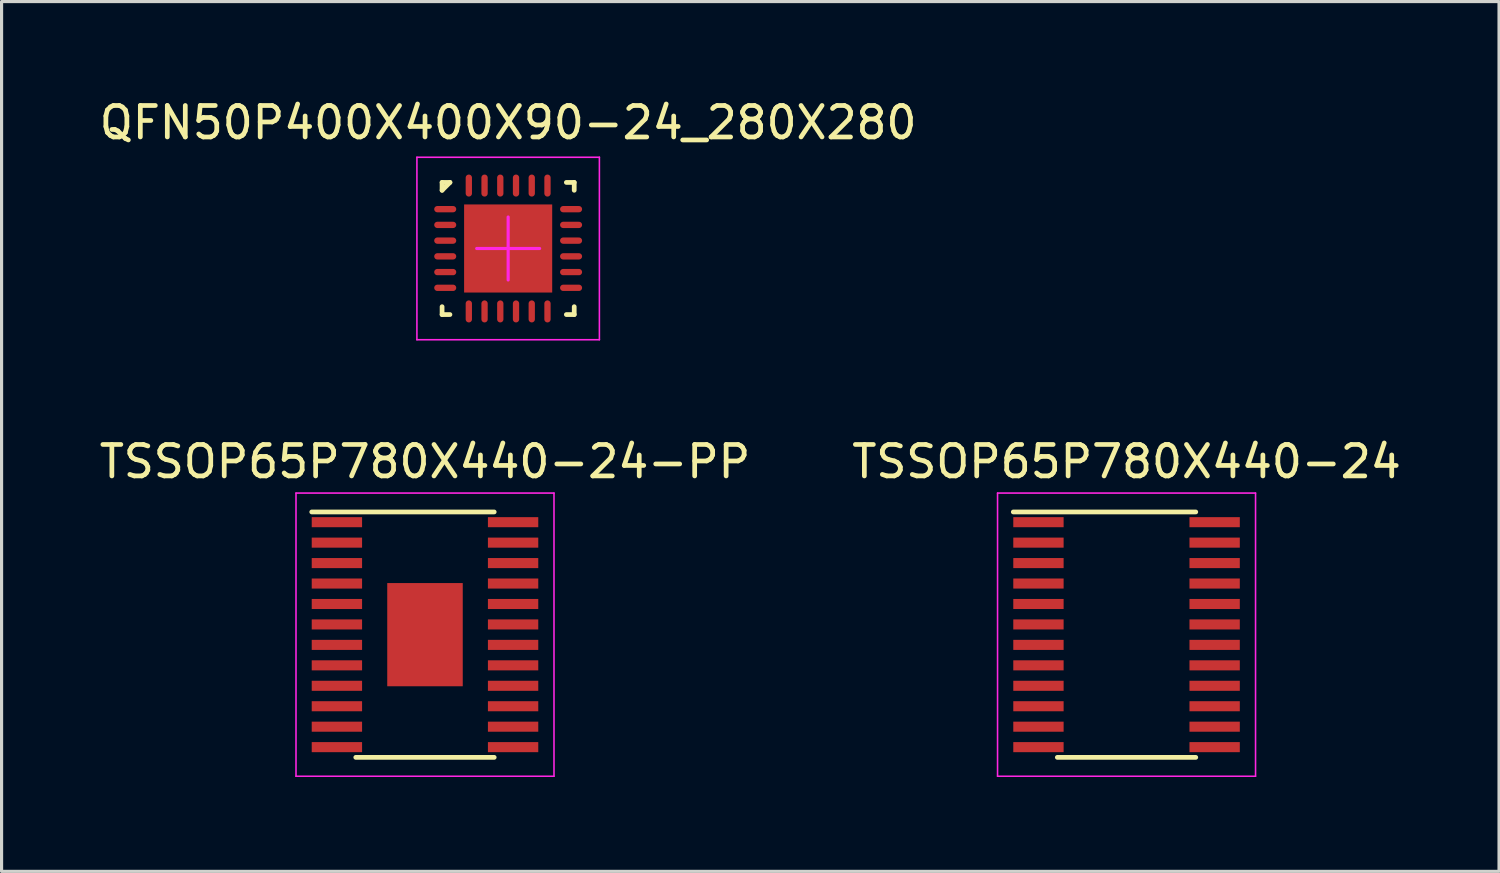
<source format=kicad_pcb>
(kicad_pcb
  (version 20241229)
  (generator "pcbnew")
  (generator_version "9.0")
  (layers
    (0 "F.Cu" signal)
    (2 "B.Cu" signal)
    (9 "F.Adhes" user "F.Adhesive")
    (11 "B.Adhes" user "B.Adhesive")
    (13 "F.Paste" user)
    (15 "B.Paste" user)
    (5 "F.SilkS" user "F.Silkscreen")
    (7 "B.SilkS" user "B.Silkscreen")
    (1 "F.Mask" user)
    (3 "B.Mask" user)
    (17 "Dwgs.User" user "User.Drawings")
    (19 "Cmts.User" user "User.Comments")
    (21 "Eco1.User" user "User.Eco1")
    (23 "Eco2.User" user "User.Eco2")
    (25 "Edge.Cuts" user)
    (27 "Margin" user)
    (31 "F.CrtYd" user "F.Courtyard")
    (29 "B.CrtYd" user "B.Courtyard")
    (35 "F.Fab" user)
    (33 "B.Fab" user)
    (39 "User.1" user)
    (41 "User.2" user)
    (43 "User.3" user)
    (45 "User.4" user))
  (footprint "TSSOP65P780X440-24"
    (layer "F.Cu")
    (at 32.756 17.122)
    (property "Reference" "TSSOP65P780X440-24" (at 0 -5.5 0) (layer "F.SilkS") (effects (font (size 1 1) (thickness 0.15))))
    (attr through_hole)
    (fp_line (start -3.6 -3.9) (end 2.2 -3.9) (stroke (width 0.15) (type solid)) (layer "F.SilkS"))
    (fp_line (start 2.2 3.9) (end -2.2 3.9) (stroke (width 0.15) (type solid)) (layer "F.SilkS"))
    (fp_line (start -4.1 -4.5) (end 4.1 -4.5) (stroke (width 0.05) (type solid)) (layer "F.CrtYd"))
    (fp_line (start -4.1 4.5) (end -4.1 -4.5) (stroke (width 0.05) (type solid)) (layer "F.CrtYd"))
    (fp_line (start 4.1 -4.5) (end 4.1 4.5) (stroke (width 0.05) (type solid)) (layer "F.CrtYd"))
    (fp_line (start 4.1 4.5) (end -4.1 4.5) (stroke (width 0.05) (type solid)) (layer "F.CrtYd"))
    (pad "1" smd rect (at -2.8 -3.575) (size 1.6 0.32) (layers "F.Cu" "F.Mask" "F.Paste"))
    (pad "2" smd rect (at -2.8 -2.925) (size 1.6 0.32) (layers "F.Cu" "F.Mask" "F.Paste"))
    (pad "3" smd rect (at -2.8 -2.275) (size 1.6 0.32) (layers "F.Cu" "F.Mask" "F.Paste"))
    (pad "4" smd rect (at -2.8 -1.625) (size 1.6 0.32) (layers "F.Cu" "F.Mask" "F.Paste"))
    (pad "5" smd rect (at -2.8 -0.975) (size 1.6 0.32) (layers "F.Cu" "F.Mask" "F.Paste"))
    (pad "6" smd rect (at -2.8 -0.325) (size 1.6 0.32) (layers "F.Cu" "F.Mask" "F.Paste"))
    (pad "7" smd rect (at -2.8 0.325) (size 1.6 0.32) (layers "F.Cu" "F.Mask" "F.Paste"))
    (pad "8" smd rect (at -2.8 0.975) (size 1.6 0.32) (layers "F.Cu" "F.Mask" "F.Paste"))
    (pad "9" smd rect (at -2.8 1.625) (size 1.6 0.32) (layers "F.Cu" "F.Mask" "F.Paste"))
    (pad "10" smd rect (at -2.8 2.275) (size 1.6 0.32) (layers "F.Cu" "F.Mask" "F.Paste"))
    (pad "11" smd rect (at -2.8 2.925) (size 1.6 0.32) (layers "F.Cu" "F.Mask" "F.Paste"))
    (pad "12" smd rect (at -2.8 3.575) (size 1.6 0.32) (layers "F.Cu" "F.Mask" "F.Paste"))
    (pad "13" smd rect (at 2.8 3.575) (size 1.6 0.32) (layers "F.Cu" "F.Mask" "F.Paste"))
    (pad "14" smd rect (at 2.8 2.925) (size 1.6 0.32) (layers "F.Cu" "F.Mask" "F.Paste"))
    (pad "15" smd rect (at 2.8 2.275) (size 1.6 0.32) (layers "F.Cu" "F.Mask" "F.Paste"))
    (pad "16" smd rect (at 2.8 1.625) (size 1.6 0.32) (layers "F.Cu" "F.Mask" "F.Paste"))
    (pad "17" smd rect (at 2.8 0.975) (size 1.6 0.32) (layers "F.Cu" "F.Mask" "F.Paste"))
    (pad "18" smd rect (at 2.8 0.325) (size 1.6 0.32) (layers "F.Cu" "F.Mask" "F.Paste"))
    (pad "19" smd rect (at 2.8 -0.325) (size 1.6 0.32) (layers "F.Cu" "F.Mask" "F.Paste"))
    (pad "20" smd rect (at 2.8 -0.975) (size 1.6 0.32) (layers "F.Cu" "F.Mask" "F.Paste"))
    (pad "21" smd rect (at 2.8 -1.625) (size 1.6 0.32) (layers "F.Cu" "F.Mask" "F.Paste"))
    (pad "22" smd rect (at 2.8 -2.275) (size 1.6 0.32) (layers "F.Cu" "F.Mask" "F.Paste"))
    (pad "23" smd rect (at 2.8 -2.925) (size 1.6 0.32) (layers "F.Cu" "F.Mask" "F.Paste"))
    (pad "24" smd rect (at 2.8 -3.575) (size 1.6 0.32) (layers "F.Cu" "F.Mask" "F.Paste")))
  (footprint "QFN50P400X400X90-24_280X280"
    (layer "F.Cu")
    (at 13.101 4.848)
    (property "Reference" "QFN50P400X400X90-24_280X280" (at 0 -4 0) (layer "F.SilkS") (effects (font (size 1 1) (thickness 0.15))))
    (attr through_hole)
    (fp_line (start -2.1 -2.1) (end -1.85 -2.1) (stroke (width 0.15) (type solid)) (layer "F.SilkS"))
    (fp_line (start -2.1 -1.85) (end -2.1 -2.1) (stroke (width 0.15) (type solid)) (layer "F.SilkS"))
    (fp_line (start -2.1 -1.85) (end -1.85 -2.1) (stroke (width 0.15) (type solid)) (layer "F.SilkS"))
    (fp_line (start -2.1 2.1) (end -2.1 1.85) (stroke (width 0.15) (type solid)) (layer "F.SilkS"))
    (fp_line (start -1.85 2.1) (end -2.1 2.1) (stroke (width 0.15) (type solid)) (layer "F.SilkS"))
    (fp_line (start 1.85 -2.1) (end 2.1 -2.1) (stroke (width 0.15) (type solid)) (layer "F.SilkS"))
    (fp_line (start 2.1 -2.1) (end 2.1 -1.85) (stroke (width 0.15) (type solid)) (layer "F.SilkS"))
    (fp_line (start 2.1 1.85) (end 2.1 2.1) (stroke (width 0.15) (type solid)) (layer "F.SilkS"))
    (fp_line (start 2.1 2.1) (end 1.85 2.1) (stroke (width 0.15) (type solid)) (layer "F.SilkS"))
    (fp_line (start -2.9 -2.9) (end -2.9 2.9) (stroke (width 0.05) (type solid)) (layer "F.CrtYd"))
    (fp_line (start -2.9 -2.9) (end 2.9 -2.9) (stroke (width 0.05) (type solid)) (layer "F.CrtYd"))
    (fp_line (start -2.9 2.9) (end 2.9 2.9) (stroke (width 0.05) (type solid)) (layer "F.CrtYd"))
    (fp_line (start -1 0) (end 1 0) (stroke (width 0.1) (type solid)) (layer "F.CrtYd"))
    (fp_line (start 0 -1) (end 0 1) (stroke (width 0.1) (type solid)) (layer "F.CrtYd"))
    (fp_line (start 2.9 -2.9) (end 2.9 2.9) (stroke (width 0.05) (type solid)) (layer "F.CrtYd"))
    (pad "1" smd oval (at -2 -1.25 90) (size 0.2 0.7) (layers "F.Cu" "F.Mask" "F.Paste"))
    (pad "2" smd oval (at -2 -0.75 90) (size 0.2 0.7) (layers "F.Cu" "F.Mask" "F.Paste"))
    (pad "3" smd oval (at -2 -0.25 90) (size 0.2 0.7) (layers "F.Cu" "F.Mask" "F.Paste"))
    (pad "4" smd oval (at -2 0.25 90) (size 0.2 0.7) (layers "F.Cu" "F.Mask" "F.Paste"))
    (pad "5" smd oval (at -2 0.75 90) (size 0.2 0.7) (layers "F.Cu" "F.Mask" "F.Paste"))
    (pad "6" smd oval (at -2 1.25 90) (size 0.2 0.7) (layers "F.Cu" "F.Mask" "F.Paste"))
    (pad "7" smd oval (at -1.25 2 180) (size 0.2 0.7) (layers "F.Cu" "F.Mask" "F.Paste"))
    (pad "8" smd oval (at -0.75 2) (size 0.2 0.7) (layers "F.Cu" "F.Mask" "F.Paste"))
    (pad "9" smd oval (at -0.25 2) (size 0.2 0.7) (layers "F.Cu" "F.Mask" "F.Paste"))
    (pad "10" smd oval (at 0.25 2) (size 0.2 0.7) (layers "F.Cu" "F.Mask" "F.Paste"))
    (pad "11" smd oval (at 0.75 2 180) (size 0.2 0.7) (layers "F.Cu" "F.Mask" "F.Paste"))
    (pad "12" smd oval (at 1.25 2 180) (size 0.2 0.7) (layers "F.Cu" "F.Mask" "F.Paste"))
    (pad "13" smd oval (at 2 1.25 90) (size 0.2 0.7) (layers "F.Cu" "F.Mask" "F.Paste"))
    (pad "14" smd oval (at 2 0.75 90) (size 0.2 0.7) (layers "F.Cu" "F.Mask" "F.Paste"))
    (pad "15" smd oval (at 2 0.25 90) (size 0.2 0.7) (layers "F.Cu" "F.Mask" "F.Paste"))
    (pad "16" smd oval (at 2 -0.25 90) (size 0.2 0.7) (layers "F.Cu" "F.Mask" "F.Paste"))
    (pad "17" smd oval (at 2 -0.75 90) (size 0.2 0.7) (layers "F.Cu" "F.Mask" "F.Paste"))
    (pad "18" smd oval (at 2 -1.25 90) (size 0.2 0.7) (layers "F.Cu" "F.Mask" "F.Paste"))
    (pad "19" smd oval (at 1.25 -2 180) (size 0.2 0.7) (layers "F.Cu" "F.Mask" "F.Paste"))
    (pad "20" smd oval (at 0.75 -2 180) (size 0.2 0.7) (layers "F.Cu" "F.Mask" "F.Paste"))
    (pad "21" smd oval (at 0.25 -2 180) (size 0.2 0.7) (layers "F.Cu" "F.Mask" "F.Paste"))
    (pad "22" smd oval (at -0.25 -2 180) (size 0.2 0.7) (layers "F.Cu" "F.Mask" "F.Paste"))
    (pad "23" smd oval (at -0.75 -2 180) (size 0.2 0.7) (layers "F.Cu" "F.Mask" "F.Paste"))
    (pad "24" smd oval (at -1.25 -2 180) (size 0.2 0.7) (layers "F.Cu" "F.Mask" "F.Paste"))
    (pad "25" smd rect (at 0 0) (size 2.8 2.8) (layers "F.Cu" "F.Mask" "F.Paste")))
  (footprint "TSSOP65P780X440-24-PP"
    (layer "F.Cu")
    (at 10.458 17.122)
    (property "Reference" "TSSOP65P780X440-24-PP" (at 0 -5.5 0) (layer "F.SilkS") (effects (font (size 1 1) (thickness 0.15))))
    (attr through_hole)
    (fp_line (start -3.6 -3.9) (end 2.2 -3.9) (stroke (width 0.15) (type solid)) (layer "F.SilkS"))
    (fp_line (start 2.2 3.9) (end -2.2 3.9) (stroke (width 0.15) (type solid)) (layer "F.SilkS"))
    (fp_line (start -4.1 -4.5) (end 4.1 -4.5) (stroke (width 0.05) (type solid)) (layer "F.CrtYd"))
    (fp_line (start -4.1 4.5) (end -4.1 -4.5) (stroke (width 0.05) (type solid)) (layer "F.CrtYd"))
    (fp_line (start 4.1 -4.5) (end 4.1 4.5) (stroke (width 0.05) (type solid)) (layer "F.CrtYd"))
    (fp_line (start 4.1 4.5) (end -4.1 4.5) (stroke (width 0.05) (type solid)) (layer "F.CrtYd"))
    (pad "1" smd rect (at -2.8 -3.575) (size 1.6 0.32) (layers "F.Cu" "F.Mask" "F.Paste"))
    (pad "2" smd rect (at -2.8 -2.925) (size 1.6 0.32) (layers "F.Cu" "F.Mask" "F.Paste"))
    (pad "3" smd rect (at -2.8 -2.275) (size 1.6 0.32) (layers "F.Cu" "F.Mask" "F.Paste"))
    (pad "4" smd rect (at -2.8 -1.625) (size 1.6 0.32) (layers "F.Cu" "F.Mask" "F.Paste"))
    (pad "5" smd rect (at -2.8 -0.975) (size 1.6 0.32) (layers "F.Cu" "F.Mask" "F.Paste"))
    (pad "6" smd rect (at -2.8 -0.325) (size 1.6 0.32) (layers "F.Cu" "F.Mask" "F.Paste"))
    (pad "7" smd rect (at -2.8 0.325) (size 1.6 0.32) (layers "F.Cu" "F.Mask" "F.Paste"))
    (pad "8" smd rect (at -2.8 0.975) (size 1.6 0.32) (layers "F.Cu" "F.Mask" "F.Paste"))
    (pad "9" smd rect (at -2.8 1.625) (size 1.6 0.32) (layers "F.Cu" "F.Mask" "F.Paste"))
    (pad "10" smd rect (at -2.8 2.275) (size 1.6 0.32) (layers "F.Cu" "F.Mask" "F.Paste"))
    (pad "11" smd rect (at -2.8 2.925) (size 1.6 0.32) (layers "F.Cu" "F.Mask" "F.Paste"))
    (pad "12" smd rect (at -2.8 3.575) (size 1.6 0.32) (layers "F.Cu" "F.Mask" "F.Paste"))
    (pad "13" smd rect (at 2.8 3.575) (size 1.6 0.32) (layers "F.Cu" "F.Mask" "F.Paste"))
    (pad "14" smd rect (at 2.8 2.925) (size 1.6 0.32) (layers "F.Cu" "F.Mask" "F.Paste"))
    (pad "15" smd rect (at 2.8 2.275) (size 1.6 0.32) (layers "F.Cu" "F.Mask" "F.Paste"))
    (pad "16" smd rect (at 2.8 1.625) (size 1.6 0.32) (layers "F.Cu" "F.Mask" "F.Paste"))
    (pad "17" smd rect (at 2.8 0.975) (size 1.6 0.32) (layers "F.Cu" "F.Mask" "F.Paste"))
    (pad "18" smd rect (at 2.8 0.325) (size 1.6 0.32) (layers "F.Cu" "F.Mask" "F.Paste"))
    (pad "19" smd rect (at 2.8 -0.325) (size 1.6 0.32) (layers "F.Cu" "F.Mask" "F.Paste"))
    (pad "20" smd rect (at 2.8 -0.975) (size 1.6 0.32) (layers "F.Cu" "F.Mask" "F.Paste"))
    (pad "21" smd rect (at 2.8 -1.625) (size 1.6 0.32) (layers "F.Cu" "F.Mask" "F.Paste"))
    (pad "22" smd rect (at 2.8 -2.275) (size 1.6 0.32) (layers "F.Cu" "F.Mask" "F.Paste"))
    (pad "23" smd rect (at 2.8 -2.925) (size 1.6 0.32) (layers "F.Cu" "F.Mask" "F.Paste"))
    (pad "24" smd rect (at 2.8 -3.575) (size 1.6 0.32) (layers "F.Cu" "F.Mask" "F.Paste"))
    (pad "25" smd rect (at 0 0) (size 2.4 3.28) (layers "F.Cu" "F.Mask" "F.Paste")))
  (gr_rect
    (start -3 -3)
    (end 44.595 24.646)
    (stroke (width 0.1) (type default))
    (fill no)
    (layer "Edge.Cuts")))
</source>
